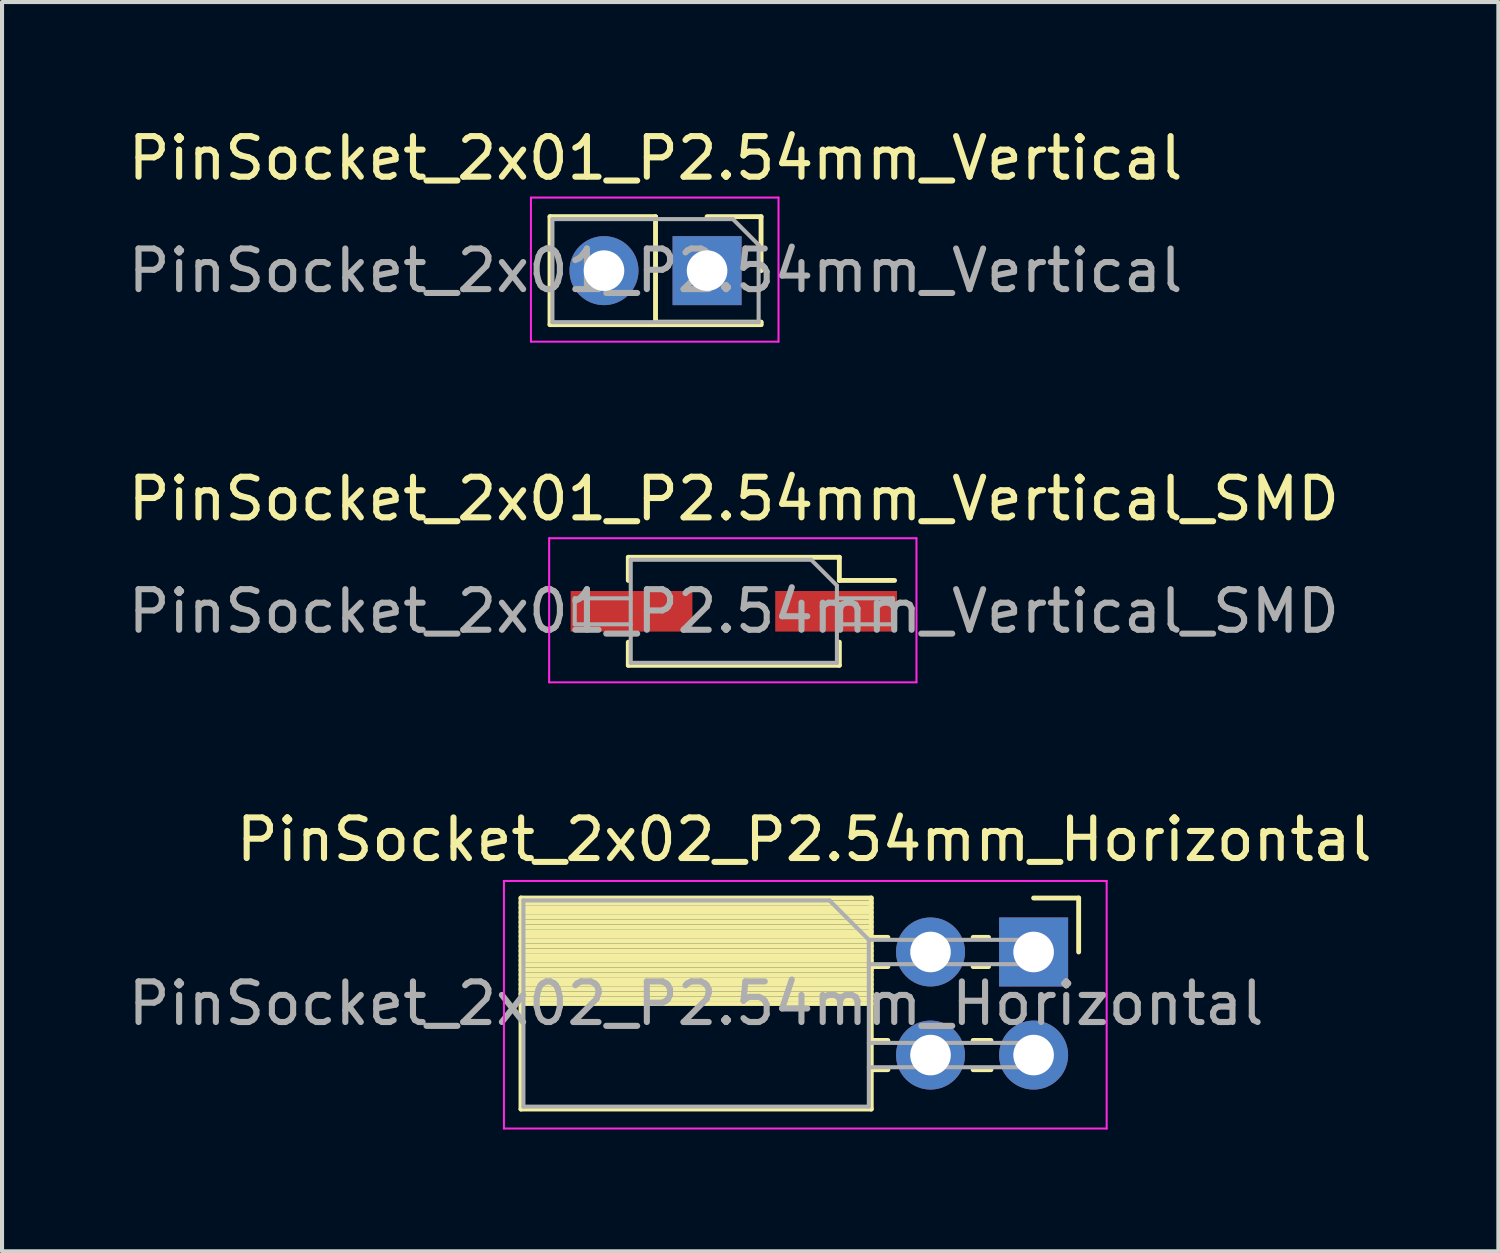
<source format=kicad_pcb>
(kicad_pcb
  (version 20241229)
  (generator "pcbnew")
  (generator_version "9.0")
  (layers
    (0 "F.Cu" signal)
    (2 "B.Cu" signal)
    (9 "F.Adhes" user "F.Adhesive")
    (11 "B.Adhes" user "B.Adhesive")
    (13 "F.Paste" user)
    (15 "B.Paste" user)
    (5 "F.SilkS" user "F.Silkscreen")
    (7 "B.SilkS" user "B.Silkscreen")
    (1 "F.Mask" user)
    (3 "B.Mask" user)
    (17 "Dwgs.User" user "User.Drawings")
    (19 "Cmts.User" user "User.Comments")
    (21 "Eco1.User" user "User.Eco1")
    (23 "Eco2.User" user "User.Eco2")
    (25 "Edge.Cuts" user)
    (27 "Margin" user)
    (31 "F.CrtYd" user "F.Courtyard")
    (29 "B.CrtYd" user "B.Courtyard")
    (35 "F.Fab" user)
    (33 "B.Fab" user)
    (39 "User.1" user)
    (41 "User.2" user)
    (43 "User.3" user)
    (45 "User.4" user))
  (footprint "PinSocket_2x01_P2.54mm_Vertical"
    (layer "F.Cu")
    (at 14.371 3.618)
    (property "Reference" "PinSocket_2x01_P2.54mm_Vertical" (at -1.27 -2.77 0) (layer "F.SilkS") (effects (font (size 1 1) (thickness 0.15))))
    (attr through_hole)
    (fp_line (start -3.87 -1.33) (end -3.87 1.33) (stroke (width 0.12) (type solid)) (layer "F.SilkS"))
    (fp_line (start -3.87 -1.33) (end -1.27 -1.33) (stroke (width 0.12) (type solid)) (layer "F.SilkS"))
    (fp_line (start -3.87 1.33) (end 1.33 1.33) (stroke (width 0.12) (type solid)) (layer "F.SilkS"))
    (fp_line (start -1.27 -1.33) (end -1.27 1.27) (stroke (width 0.12) (type solid)) (layer "F.SilkS"))
    (fp_line (start -1.27 1.27) (end 1.33 1.27) (stroke (width 0.12) (type solid)) (layer "F.SilkS"))
    (fp_line (start 0 -1.33) (end 1.33 -1.33) (stroke (width 0.12) (type solid)) (layer "F.SilkS"))
    (fp_line (start 1.33 -1.33) (end 1.33 0) (stroke (width 0.12) (type solid)) (layer "F.SilkS"))
    (fp_line (start 1.33 1.27) (end 1.33 1.33) (stroke (width 0.12) (type solid)) (layer "F.SilkS"))
    (fp_line (start -4.34 -1.8) (end 1.76 -1.8) (stroke (width 0.05) (type solid)) (layer "F.CrtYd"))
    (fp_line (start -4.34 1.75) (end -4.34 -1.8) (stroke (width 0.05) (type solid)) (layer "F.CrtYd"))
    (fp_line (start 1.76 -1.8) (end 1.76 1.75) (stroke (width 0.05) (type solid)) (layer "F.CrtYd"))
    (fp_line (start 1.76 1.75) (end -4.34 1.75) (stroke (width 0.05) (type solid)) (layer "F.CrtYd"))
    (fp_line (start -3.81 -1.27) (end 0.635 -1.27) (stroke (width 0.1) (type solid)) (layer "F.Fab"))
    (fp_line (start -3.81 1.27) (end -3.81 -1.27) (stroke (width 0.1) (type solid)) (layer "F.Fab"))
    (fp_line (start 0.635 -1.27) (end 1.27 -0.635) (stroke (width 0.1) (type solid)) (layer "F.Fab"))
    (fp_line (start 1.27 -0.635) (end 1.27 1.27) (stroke (width 0.1) (type solid)) (layer "F.Fab"))
    (fp_line (start 1.27 1.27) (end -3.81 1.27) (stroke (width 0.1) (type solid)) (layer "F.Fab"))
    (fp_text user "${REFERENCE}" (at -1.27 0 0) (layer "F.Fab") (effects (font (size 1 1) (thickness 0.15))))
    (pad "1" thru_hole rect (at 0 0) (size 1.7 1.7) (drill 1) (layers "*.Cu" "*.Mask"))
    (pad "2" thru_hole oval (at -2.54 0) (size 1.7 1.7) (drill 1) (layers "*.Cu" "*.Mask")))
  (footprint "PinSocket_2x02_P2.54mm_Horizontal"
    (layer "F.Cu")
    (at 22.416 20.405)
    (property "Reference" "PinSocket_2x02_P2.54mm_Horizontal" (at -5.65 -2.77 0) (layer "F.SilkS") (effects (font (size 1 1) (thickness 0.15))))
    (attr through_hole)
    (fp_line (start -12.63 -1.33) (end -12.63 3.87) (stroke (width 0.12) (type solid)) (layer "F.SilkS"))
    (fp_line (start -12.63 -1.33) (end -4 -1.33) (stroke (width 0.12) (type solid)) (layer "F.SilkS"))
    (fp_line (start -12.63 -1.21) (end -4 -1.21) (stroke (width 0.12) (type solid)) (layer "F.SilkS"))
    (fp_line (start -12.63 -1.092) (end -4 -1.092) (stroke (width 0.12) (type solid)) (layer "F.SilkS"))
    (fp_line (start -12.63 -0.974) (end -4 -0.974) (stroke (width 0.12) (type solid)) (layer "F.SilkS"))
    (fp_line (start -12.63 -0.856) (end -4 -0.856) (stroke (width 0.12) (type solid)) (layer "F.SilkS"))
    (fp_line (start -12.63 -0.738) (end -4 -0.738) (stroke (width 0.12) (type solid)) (layer "F.SilkS"))
    (fp_line (start -12.63 -0.62) (end -4 -0.62) (stroke (width 0.12) (type solid)) (layer "F.SilkS"))
    (fp_line (start -12.63 -0.501) (end -4 -0.501) (stroke (width 0.12) (type solid)) (layer "F.SilkS"))
    (fp_line (start -12.63 -0.383) (end -4 -0.383) (stroke (width 0.12) (type solid)) (layer "F.SilkS"))
    (fp_line (start -12.63 -0.265) (end -4 -0.265) (stroke (width 0.12) (type solid)) (layer "F.SilkS"))
    (fp_line (start -12.63 -0.147) (end -4 -0.147) (stroke (width 0.12) (type solid)) (layer "F.SilkS"))
    (fp_line (start -12.63 -0.029) (end -4 -0.029) (stroke (width 0.12) (type solid)) (layer "F.SilkS"))
    (fp_line (start -12.63 0.089) (end -4 0.089) (stroke (width 0.12) (type solid)) (layer "F.SilkS"))
    (fp_line (start -12.63 0.207) (end -4 0.207) (stroke (width 0.12) (type solid)) (layer "F.SilkS"))
    (fp_line (start -12.63 0.325) (end -4 0.325) (stroke (width 0.12) (type solid)) (layer "F.SilkS"))
    (fp_line (start -12.63 0.443) (end -4 0.443) (stroke (width 0.12) (type solid)) (layer "F.SilkS"))
    (fp_line (start -12.63 0.561) (end -4 0.561) (stroke (width 0.12) (type solid)) (layer "F.SilkS"))
    (fp_line (start -12.63 0.68) (end -4 0.68) (stroke (width 0.12) (type solid)) (layer "F.SilkS"))
    (fp_line (start -12.63 0.798) (end -4 0.798) (stroke (width 0.12) (type solid)) (layer "F.SilkS"))
    (fp_line (start -12.63 0.916) (end -4 0.916) (stroke (width 0.12) (type solid)) (layer "F.SilkS"))
    (fp_line (start -12.63 1.034) (end -4 1.034) (stroke (width 0.12) (type solid)) (layer "F.SilkS"))
    (fp_line (start -12.63 1.152) (end -4 1.152) (stroke (width 0.12) (type solid)) (layer "F.SilkS"))
    (fp_line (start -12.63 1.27) (end -4 1.27) (stroke (width 0.12) (type solid)) (layer "F.SilkS"))
    (fp_line (start -12.63 3.87) (end -4 3.87) (stroke (width 0.12) (type solid)) (layer "F.SilkS"))
    (fp_line (start -4 -1.33) (end -4 3.87) (stroke (width 0.12) (type solid)) (layer "F.SilkS"))
    (fp_line (start -4 -0.36) (end -3.59 -0.36) (stroke (width 0.12) (type solid)) (layer "F.SilkS"))
    (fp_line (start -4 0.36) (end -3.59 0.36) (stroke (width 0.12) (type solid)) (layer "F.SilkS"))
    (fp_line (start -4 2.18) (end -3.59 2.18) (stroke (width 0.12) (type solid)) (layer "F.SilkS"))
    (fp_line (start -4 2.9) (end -3.59 2.9) (stroke (width 0.12) (type solid)) (layer "F.SilkS"))
    (fp_line (start -1.49 -0.36) (end -1.11 -0.36) (stroke (width 0.12) (type solid)) (layer "F.SilkS"))
    (fp_line (start -1.49 0.36) (end -1.11 0.36) (stroke (width 0.12) (type solid)) (layer "F.SilkS"))
    (fp_line (start -1.49 2.18) (end -1.05 2.18) (stroke (width 0.12) (type solid)) (layer "F.SilkS"))
    (fp_line (start -1.49 2.9) (end -1.05 2.9) (stroke (width 0.12) (type solid)) (layer "F.SilkS"))
    (fp_line (start 0 -1.33) (end 1.11 -1.33) (stroke (width 0.12) (type solid)) (layer "F.SilkS"))
    (fp_line (start 1.11 -1.33) (end 1.11 0) (stroke (width 0.12) (type solid)) (layer "F.SilkS"))
    (fp_line (start -13.05 -1.75) (end -13.05 4.35) (stroke (width 0.05) (type solid)) (layer "F.CrtYd"))
    (fp_line (start -13.05 4.35) (end 1.8 4.35) (stroke (width 0.05) (type solid)) (layer "F.CrtYd"))
    (fp_line (start 1.8 -1.75) (end -13.05 -1.75) (stroke (width 0.05) (type solid)) (layer "F.CrtYd"))
    (fp_line (start 1.8 4.35) (end 1.8 -1.75) (stroke (width 0.05) (type solid)) (layer "F.CrtYd"))
    (fp_line (start -12.57 -1.27) (end -5.03 -1.27) (stroke (width 0.1) (type solid)) (layer "F.Fab"))
    (fp_line (start -12.57 3.81) (end -12.57 -1.27) (stroke (width 0.1) (type solid)) (layer "F.Fab"))
    (fp_line (start -5.03 -1.27) (end -4.06 -0.3) (stroke (width 0.1) (type solid)) (layer "F.Fab"))
    (fp_line (start -4.06 -0.3) (end -4.06 3.81) (stroke (width 0.1) (type solid)) (layer "F.Fab"))
    (fp_line (start -4.06 0.3) (end 0 0.3) (stroke (width 0.1) (type solid)) (layer "F.Fab"))
    (fp_line (start -4.06 2.84) (end 0 2.84) (stroke (width 0.1) (type solid)) (layer "F.Fab"))
    (fp_line (start -4.06 3.81) (end -12.57 3.81) (stroke (width 0.1) (type solid)) (layer "F.Fab"))
    (fp_line (start 0 -0.3) (end -4.06 -0.3) (stroke (width 0.1) (type solid)) (layer "F.Fab"))
    (fp_line (start 0 0.3) (end 0 -0.3) (stroke (width 0.1) (type solid)) (layer "F.Fab"))
    (fp_line (start 0 2.24) (end -4.06 2.24) (stroke (width 0.1) (type solid)) (layer "F.Fab"))
    (fp_line (start 0 2.84) (end 0 2.24) (stroke (width 0.1) (type solid)) (layer "F.Fab"))
    (fp_text user "${REFERENCE}" (at -8.315 1.27 0) (layer "F.Fab") (effects (font (size 1 1) (thickness 0.15))))
    (pad "1" thru_hole rect (at 0 0) (size 1.7 1.7) (drill 1) (layers "*.Cu" "*.Mask"))
    (pad "2" thru_hole oval (at -2.54 0) (size 1.7 1.7) (drill 1) (layers "*.Cu" "*.Mask"))
    (pad "3" thru_hole oval (at 0 2.54) (size 1.7 1.7) (drill 1) (layers "*.Cu" "*.Mask"))
    (pad "4" thru_hole oval (at -2.54 2.54) (size 1.7 1.7) (drill 1) (layers "*.Cu" "*.Mask")))
  (footprint "PinSocket_2x01_P2.54mm_Vertical_SMD"
    (layer "F.Cu")
    (at 15.03 12.011)
    (property "Reference" "PinSocket_2x01_P2.54mm_Vertical_SMD" (at 0 -2.77 0) (layer "F.SilkS") (effects (font (size 1 1) (thickness 0.15))))
    (attr smd)
    (fp_line (start -2.6 -1.33) (end -2.6 -0.76) (stroke (width 0.12) (type solid)) (layer "F.SilkS"))
    (fp_line (start -2.6 -1.33) (end 2.6 -1.33) (stroke (width 0.12) (type solid)) (layer "F.SilkS"))
    (fp_line (start -2.6 0.76) (end -2.6 1.33) (stroke (width 0.12) (type solid)) (layer "F.SilkS"))
    (fp_line (start -2.6 1.33) (end 2.6 1.33) (stroke (width 0.12) (type solid)) (layer "F.SilkS"))
    (fp_line (start 2.6 -1.33) (end 2.6 -0.76) (stroke (width 0.12) (type solid)) (layer "F.SilkS"))
    (fp_line (start 2.6 -0.76) (end 3.96 -0.76) (stroke (width 0.12) (type solid)) (layer "F.SilkS"))
    (fp_line (start 2.6 0.76) (end 2.6 1.33) (stroke (width 0.12) (type solid)) (layer "F.SilkS"))
    (fp_line (start -4.55 -1.8) (end 4.5 -1.8) (stroke (width 0.05) (type solid)) (layer "F.CrtYd"))
    (fp_line (start -4.55 1.75) (end -4.55 -1.8) (stroke (width 0.05) (type solid)) (layer "F.CrtYd"))
    (fp_line (start 4.5 -1.8) (end 4.5 1.75) (stroke (width 0.05) (type solid)) (layer "F.CrtYd"))
    (fp_line (start 4.5 1.75) (end -4.55 1.75) (stroke (width 0.05) (type solid)) (layer "F.CrtYd"))
    (fp_line (start -3.92 -0.32) (end -2.54 -0.32) (stroke (width 0.1) (type solid)) (layer "F.Fab"))
    (fp_line (start -3.92 0.32) (end -3.92 -0.32) (stroke (width 0.1) (type solid)) (layer "F.Fab"))
    (fp_line (start -2.54 -1.27) (end 1.905 -1.27) (stroke (width 0.1) (type solid)) (layer "F.Fab"))
    (fp_line (start -2.54 0.32) (end -3.92 0.32) (stroke (width 0.1) (type solid)) (layer "F.Fab"))
    (fp_line (start -2.54 1.27) (end -2.54 -1.27) (stroke (width 0.1) (type solid)) (layer "F.Fab"))
    (fp_line (start 1.905 -1.27) (end 2.54 -0.635) (stroke (width 0.1) (type solid)) (layer "F.Fab"))
    (fp_line (start 2.54 -0.635) (end 2.54 1.27) (stroke (width 0.1) (type solid)) (layer "F.Fab"))
    (fp_line (start 2.54 -0.32) (end 3.92 -0.32) (stroke (width 0.1) (type solid)) (layer "F.Fab"))
    (fp_line (start 2.54 1.27) (end -2.54 1.27) (stroke (width 0.1) (type solid)) (layer "F.Fab"))
    (fp_line (start 3.92 -0.32) (end 3.92 0.32) (stroke (width 0.1) (type solid)) (layer "F.Fab"))
    (fp_line (start 3.92 0.32) (end 2.54 0.32) (stroke (width 0.1) (type solid)) (layer "F.Fab"))
    (fp_text user "${REFERENCE}" (at 0 0 0) (layer "F.Fab") (effects (font (size 1 1) (thickness 0.15))))
    (pad "1" smd rect (at 2.52 0) (size 3 1) (layers "F.Cu" "F.Mask" "F.Paste"))
    (pad "2" smd rect (at -2.52 0) (size 3 1) (layers "F.Cu" "F.Mask" "F.Paste")))
  (gr_rect
    (start -3 -3)
    (end 33.867 27.78)
    (stroke (width 0.1) (type default))
    (fill no)
    (layer "Edge.Cuts")))
</source>
